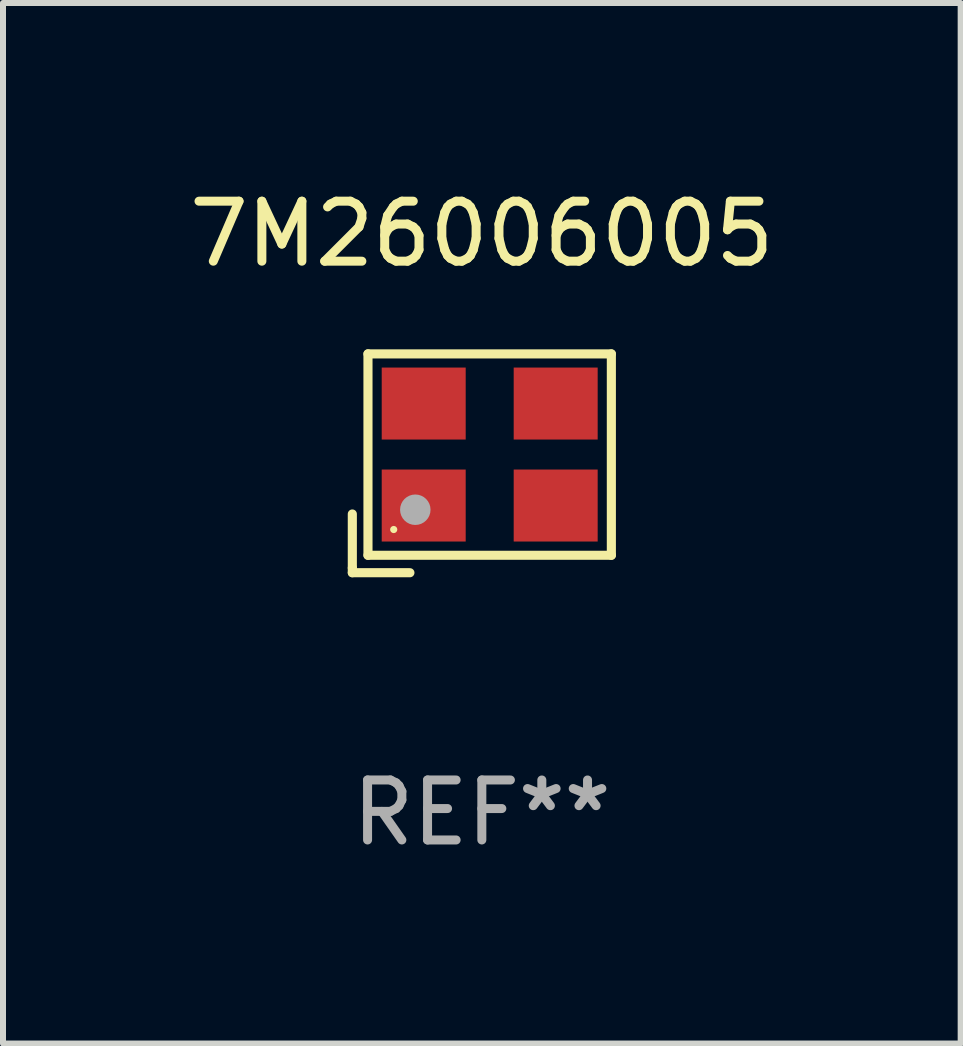
<source format=kicad_pcb>
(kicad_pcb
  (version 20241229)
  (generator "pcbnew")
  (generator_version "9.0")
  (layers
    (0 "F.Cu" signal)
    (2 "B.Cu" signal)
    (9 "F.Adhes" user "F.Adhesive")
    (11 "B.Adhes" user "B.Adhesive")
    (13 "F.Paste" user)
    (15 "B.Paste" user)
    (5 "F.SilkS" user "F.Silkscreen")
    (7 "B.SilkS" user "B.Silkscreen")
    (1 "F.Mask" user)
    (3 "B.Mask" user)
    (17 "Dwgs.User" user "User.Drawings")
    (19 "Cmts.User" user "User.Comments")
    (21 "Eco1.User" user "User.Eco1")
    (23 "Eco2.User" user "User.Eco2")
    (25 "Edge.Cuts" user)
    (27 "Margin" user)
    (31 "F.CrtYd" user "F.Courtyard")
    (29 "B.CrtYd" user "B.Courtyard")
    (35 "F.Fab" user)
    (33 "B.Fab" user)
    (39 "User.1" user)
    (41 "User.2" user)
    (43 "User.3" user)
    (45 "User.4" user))
  (footprint "7M26006005"
    (layer "F.Cu")
    (at 4.982 4.673)
    (property "Reference" "7M26006005" (at 0 -3.824 0) (layer "F.SilkS") (effects (font (size 1 1) (thickness 0.15))))
    (attr through_hole)
    (fp_line (start -2.159 1.744) (end -2.159 0.845) (stroke (width 0.152) (type solid)) (layer "F.SilkS"))
    (fp_line (start -2.159 1.744) (end -2.159 1.824) (stroke (width 0.152) (type solid)) (layer "F.SilkS"))
    (fp_line (start -2.159 1.824) (end -1.199 1.824) (stroke (width 0.152) (type solid)) (layer "F.SilkS"))
    (fp_line (start -1.898 -1.824) (end 2.159 -1.824) (stroke (width 0.152) (type solid)) (layer "F.SilkS"))
    (fp_line (start -1.898 1.533) (end -1.898 -1.824) (stroke (width 0.152) (type solid)) (layer "F.SilkS"))
    (fp_line (start 2.159 -1.824) (end 2.159 1.533) (stroke (width 0.152) (type solid)) (layer "F.SilkS"))
    (fp_line (start 2.159 1.533) (end -1.898 1.533) (stroke (width 0.152) (type solid)) (layer "F.SilkS"))
    (fp_circle (center -1.469 1.104) (end -1.439 1.104) (stroke (width 0.06) (type solid)) (fill no) (layer "F.SilkS"))
    (fp_circle (center -1.109 0.774) (end -0.982 0.774) (stroke (width 0.254) (type solid)) (fill no) (layer "F.Fab"))
    (fp_text user "REF**" (at 0 5.824 0) (layer "F.Fab") (effects (font (size 1 1) (thickness 0.15))))
    (pad "1" smd rect (at -0.969 0.704) (size 1.4 1.2) (layers "F.Cu" "F.Mask" "F.Paste"))
    (pad "2" smd rect (at 1.231 0.704) (size 1.4 1.2) (layers "F.Cu" "F.Mask" "F.Paste"))
    (pad "3" smd rect (at 1.231 -0.996) (size 1.4 1.2) (layers "F.Cu" "F.Mask" "F.Paste"))
    (pad "4" smd rect (at -0.969 -0.996) (size 1.4 1.2) (layers "F.Cu" "F.Mask" "F.Paste")))
  (gr_rect
    (start -3 -3)
    (end 12.964 14.345)
    (stroke (width 0.1) (type default))
    (fill no)
    (layer "Edge.Cuts")))
</source>
